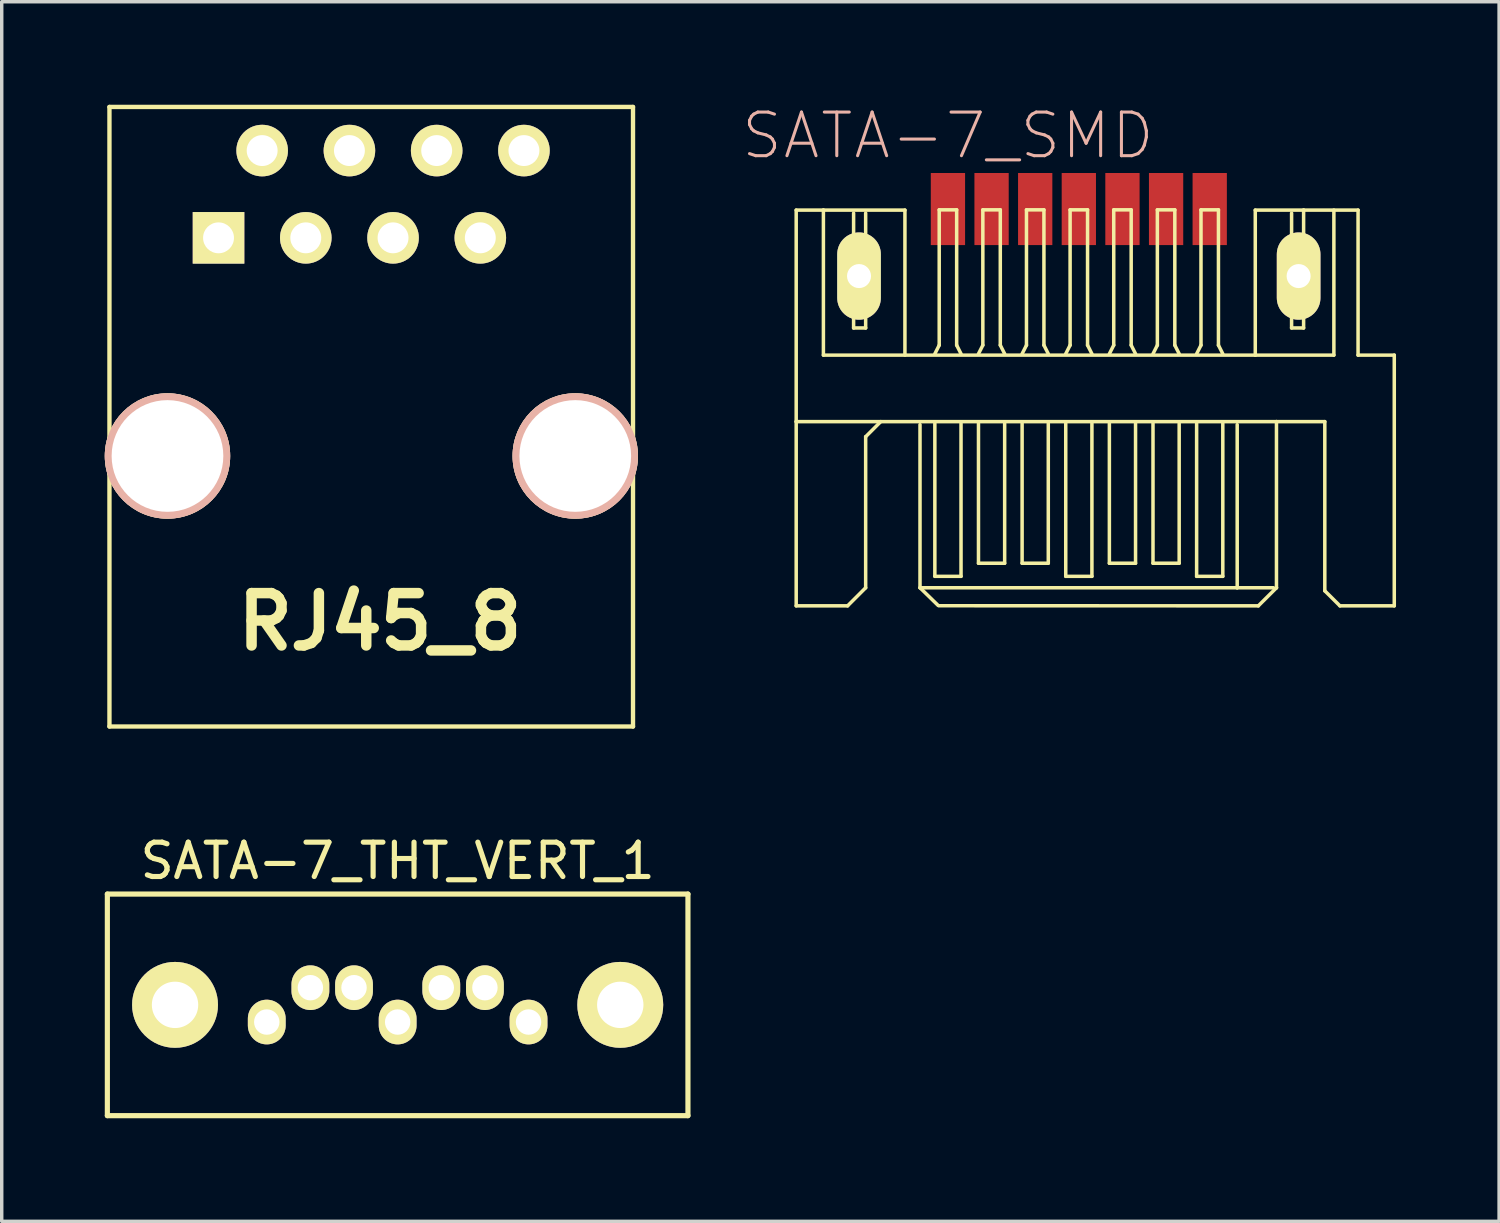
<source format=kicad_pcb>
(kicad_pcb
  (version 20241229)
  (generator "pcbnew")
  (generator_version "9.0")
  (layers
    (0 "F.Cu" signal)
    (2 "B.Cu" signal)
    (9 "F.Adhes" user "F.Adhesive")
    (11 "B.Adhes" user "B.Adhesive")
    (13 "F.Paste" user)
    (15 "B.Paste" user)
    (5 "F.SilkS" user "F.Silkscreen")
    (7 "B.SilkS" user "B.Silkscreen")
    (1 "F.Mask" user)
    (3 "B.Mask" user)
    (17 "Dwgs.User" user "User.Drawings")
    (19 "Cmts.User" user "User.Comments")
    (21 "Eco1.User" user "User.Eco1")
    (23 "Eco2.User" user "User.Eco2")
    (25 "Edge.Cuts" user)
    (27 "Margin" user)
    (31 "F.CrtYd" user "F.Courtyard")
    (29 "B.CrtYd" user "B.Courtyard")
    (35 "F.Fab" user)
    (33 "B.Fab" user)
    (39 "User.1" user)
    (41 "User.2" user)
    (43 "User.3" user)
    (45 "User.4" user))
  (footprint "SATA-7_THT_VERT_1"
    (layer "F.Cu")
    (at 8.525 26.2)
    (property "Reference" "SATA-7_THT_VERT_1" (at 0 -4.191 0) (layer "F.SilkS") (effects (font (size 1 1) (thickness 0.15))))
    (attr through_hole)
    (fp_line (start -8.45 -3.225) (end 8.45 -3.225) (stroke (width 0.15) (type solid)) (layer "F.SilkS"))
    (fp_line (start -8.45 3.225) (end -8.45 -3.225) (stroke (width 0.15) (type solid)) (layer "F.SilkS"))
    (fp_line (start 8.45 -3.225) (end 8.45 3.225) (stroke (width 0.15) (type solid)) (layer "F.SilkS"))
    (fp_line (start 8.45 3.225) (end -8.45 3.225) (stroke (width 0.15) (type solid)) (layer "F.SilkS"))
    (pad "1" thru_hole oval (at 3.81 0.5) (size 1.1 1.3) (drill 0.74) (layers "*.Cu" "*.Mask" "F.SilkS"))
    (pad "2" thru_hole oval (at 2.54 -0.5) (size 1.1 1.3) (drill 0.74) (layers "*.Cu" "*.Mask" "F.SilkS"))
    (pad "3" thru_hole oval (at 1.27 -0.5) (size 1.1 1.3) (drill 0.74) (layers "*.Cu" "*.Mask" "F.SilkS"))
    (pad "4" thru_hole oval (at 0 0.5) (size 1.1 1.3) (drill 0.74) (layers "*.Cu" "*.Mask" "F.SilkS"))
    (pad "5" thru_hole oval (at -1.27 -0.5) (size 1.1 1.3) (drill 0.74) (layers "*.Cu" "*.Mask" "F.SilkS"))
    (pad "6" thru_hole oval (at -2.54 -0.5) (size 1.1 1.3) (drill 0.74) (layers "*.Cu" "*.Mask" "F.SilkS"))
    (pad "7" thru_hole oval (at -3.81 0.5) (size 1.1 1.3) (drill 0.74) (layers "*.Cu" "*.Mask" "F.SilkS"))
    (pad "8" thru_hole circle (at -6.48 0) (size 2.5 2.5) (drill 1.35) (layers "*.Cu" "*.Mask" "F.SilkS"))
    (pad "9" thru_hole circle (at 6.48 0) (size 2.5 2.5) (drill 1.35) (layers "*.Cu" "*.Mask" "F.SilkS")))
  (footprint "SATA-7_SMD"
    (layer "F.Cu")
    (at 28.353 14.234)
    (property "Reference" "SATA-7_SMD" (at -3.81 -13.335 0) (layer "B.SilkS") (effects (font (size 1.27 1.27) (thickness 0.089))))
    (attr smd)
    (fp_line (start -8.227 -11.168) (end -7.435 -11.168) (stroke (width 0.102) (type solid)) (layer "F.SilkS"))
    (fp_line (start -8.227 -5.011) (end -8.227 -11.168) (stroke (width 0.102) (type solid)) (layer "F.SilkS"))
    (fp_line (start -8.227 -5.011) (end 5.753 -5.011) (stroke (width 0.102) (type solid)) (layer "F.SilkS"))
    (fp_line (start -8.227 0.351) (end -8.227 -5.011) (stroke (width 0.102) (type solid)) (layer "F.SilkS"))
    (fp_line (start -7.435 -11.168) (end -7.435 -6.947) (stroke (width 0.102) (type solid)) (layer "F.SilkS"))
    (fp_line (start -7.435 -11.168) (end -5.062 -11.168) (stroke (width 0.102) (type solid)) (layer "F.SilkS"))
    (fp_line (start -7.435 -6.947) (end 5.136 -6.947) (stroke (width 0.102) (type solid)) (layer "F.SilkS"))
    (fp_line (start -6.749 -8.499) (end -6.749 -10) (stroke (width 0.15) (type solid)) (layer "F.SilkS"))
    (fp_line (start -6.731 0.351) (end -8.227 0.351) (stroke (width 0.102) (type solid)) (layer "F.SilkS"))
    (fp_line (start -6.556 -11.079) (end -6.556 -7.737) (stroke (width 0.102) (type solid)) (layer "F.SilkS"))
    (fp_line (start -6.556 -7.737) (end -6.205 -7.737) (stroke (width 0.102) (type solid)) (layer "F.SilkS"))
    (fp_line (start -6.205 -7.737) (end -6.205 -11.079) (stroke (width 0.102) (type solid)) (layer "F.SilkS"))
    (fp_line (start -6.205 -4.572) (end -5.766 -5.011) (stroke (width 0.102) (type solid)) (layer "F.SilkS"))
    (fp_line (start -6.205 -0.175) (end -6.731 0.351) (stroke (width 0.102) (type solid)) (layer "F.SilkS"))
    (fp_line (start -6.205 -0.175) (end -6.205 -4.572) (stroke (width 0.102) (type solid)) (layer "F.SilkS"))
    (fp_line (start -6.048 -10) (end -6.048 -8.499) (stroke (width 0.15) (type solid)) (layer "F.SilkS"))
    (fp_line (start -5.062 -11.168) (end -5.062 -6.947) (stroke (width 0.102) (type solid)) (layer "F.SilkS"))
    (fp_line (start -4.623 -0.175) (end -4.623 -4.923) (stroke (width 0.102) (type solid)) (layer "F.SilkS"))
    (fp_line (start -4.191 -6.985) (end -4.064 -7.236) (stroke (width 0.102) (type solid)) (layer "F.SilkS"))
    (fp_line (start -4.191 -0.508) (end -4.191 -4.953) (stroke (width 0.102) (type solid)) (layer "F.SilkS"))
    (fp_line (start -4.097 0.338) (end -4.623 -0.175) (stroke (width 0.102) (type solid)) (layer "F.SilkS"))
    (fp_line (start -4.064 -11.176) (end -3.556 -11.176) (stroke (width 0.102) (type solid)) (layer "F.SilkS"))
    (fp_line (start -4.064 -7.236) (end -4.064 -11.176) (stroke (width 0.102) (type solid)) (layer "F.SilkS"))
    (fp_line (start -3.556 -11.176) (end -3.556 -7.236) (stroke (width 0.102) (type solid)) (layer "F.SilkS"))
    (fp_line (start -3.556 -7.236) (end -3.429 -6.985) (stroke (width 0.102) (type solid)) (layer "F.SilkS"))
    (fp_line (start -3.429 -4.953) (end -3.429 -0.508) (stroke (width 0.102) (type solid)) (layer "F.SilkS"))
    (fp_line (start -3.429 -0.508) (end -4.191 -0.508) (stroke (width 0.102) (type solid)) (layer "F.SilkS"))
    (fp_line (start -2.921 -6.985) (end -2.794 -7.236) (stroke (width 0.102) (type solid)) (layer "F.SilkS"))
    (fp_line (start -2.921 -4.953) (end -2.921 -0.889) (stroke (width 0.102) (type solid)) (layer "F.SilkS"))
    (fp_line (start -2.921 -0.889) (end -2.159 -0.889) (stroke (width 0.102) (type solid)) (layer "F.SilkS"))
    (fp_line (start -2.794 -11.176) (end -2.286 -11.176) (stroke (width 0.102) (type solid)) (layer "F.SilkS"))
    (fp_line (start -2.794 -7.236) (end -2.794 -11.176) (stroke (width 0.102) (type solid)) (layer "F.SilkS"))
    (fp_line (start -2.286 -11.176) (end -2.286 -7.236) (stroke (width 0.102) (type solid)) (layer "F.SilkS"))
    (fp_line (start -2.286 -7.236) (end -2.159 -6.985) (stroke (width 0.102) (type solid)) (layer "F.SilkS"))
    (fp_line (start -2.159 -0.889) (end -2.159 -4.953) (stroke (width 0.102) (type solid)) (layer "F.SilkS"))
    (fp_line (start -1.651 -6.985) (end -1.524 -7.236) (stroke (width 0.102) (type solid)) (layer "F.SilkS"))
    (fp_line (start -1.651 -4.953) (end -1.651 -0.889) (stroke (width 0.102) (type solid)) (layer "F.SilkS"))
    (fp_line (start -1.651 -0.889) (end -0.889 -0.889) (stroke (width 0.102) (type solid)) (layer "F.SilkS"))
    (fp_line (start -1.524 -11.176) (end -1.016 -11.176) (stroke (width 0.102) (type solid)) (layer "F.SilkS"))
    (fp_line (start -1.524 -7.236) (end -1.524 -11.176) (stroke (width 0.102) (type solid)) (layer "F.SilkS"))
    (fp_line (start -1.016 -11.176) (end -1.016 -7.236) (stroke (width 0.102) (type solid)) (layer "F.SilkS"))
    (fp_line (start -1.016 -7.236) (end -0.889 -6.985) (stroke (width 0.102) (type solid)) (layer "F.SilkS"))
    (fp_line (start -0.889 -0.889) (end -0.889 -4.953) (stroke (width 0.102) (type solid)) (layer "F.SilkS"))
    (fp_line (start -0.381 -6.985) (end -0.254 -7.236) (stroke (width 0.102) (type solid)) (layer "F.SilkS"))
    (fp_line (start -0.381 -4.953) (end -0.381 -0.508) (stroke (width 0.102) (type solid)) (layer "F.SilkS"))
    (fp_line (start -0.381 -0.508) (end 0.381 -0.508) (stroke (width 0.102) (type solid)) (layer "F.SilkS"))
    (fp_line (start -0.254 -11.176) (end 0.254 -11.176) (stroke (width 0.102) (type solid)) (layer "F.SilkS"))
    (fp_line (start -0.254 -7.236) (end -0.254 -11.176) (stroke (width 0.102) (type solid)) (layer "F.SilkS"))
    (fp_line (start 0.254 -11.176) (end 0.254 -7.236) (stroke (width 0.102) (type solid)) (layer "F.SilkS"))
    (fp_line (start 0.254 -7.236) (end 0.381 -6.985) (stroke (width 0.102) (type solid)) (layer "F.SilkS"))
    (fp_line (start 0.381 -0.508) (end 0.381 -4.953) (stroke (width 0.102) (type solid)) (layer "F.SilkS"))
    (fp_line (start 0.889 -6.985) (end 1.016 -7.236) (stroke (width 0.102) (type solid)) (layer "F.SilkS"))
    (fp_line (start 0.889 -4.953) (end 0.889 -0.889) (stroke (width 0.102) (type solid)) (layer "F.SilkS"))
    (fp_line (start 0.889 -0.889) (end 1.651 -0.889) (stroke (width 0.102) (type solid)) (layer "F.SilkS"))
    (fp_line (start 1.016 -11.176) (end 1.524 -11.176) (stroke (width 0.102) (type solid)) (layer "F.SilkS"))
    (fp_line (start 1.016 -7.236) (end 1.016 -11.176) (stroke (width 0.102) (type solid)) (layer "F.SilkS"))
    (fp_line (start 1.524 -11.176) (end 1.524 -7.236) (stroke (width 0.102) (type solid)) (layer "F.SilkS"))
    (fp_line (start 1.524 -7.236) (end 1.651 -6.985) (stroke (width 0.102) (type solid)) (layer "F.SilkS"))
    (fp_line (start 1.651 -0.889) (end 1.651 -4.953) (stroke (width 0.102) (type solid)) (layer "F.SilkS"))
    (fp_line (start 2.159 -6.985) (end 2.286 -7.236) (stroke (width 0.102) (type solid)) (layer "F.SilkS"))
    (fp_line (start 2.159 -4.953) (end 2.159 -0.889) (stroke (width 0.102) (type solid)) (layer "F.SilkS"))
    (fp_line (start 2.159 -0.889) (end 2.921 -0.889) (stroke (width 0.102) (type solid)) (layer "F.SilkS"))
    (fp_line (start 2.286 -11.176) (end 2.794 -11.176) (stroke (width 0.102) (type solid)) (layer "F.SilkS"))
    (fp_line (start 2.286 -7.236) (end 2.286 -11.176) (stroke (width 0.102) (type solid)) (layer "F.SilkS"))
    (fp_line (start 2.794 -11.176) (end 2.794 -7.236) (stroke (width 0.102) (type solid)) (layer "F.SilkS"))
    (fp_line (start 2.794 -7.236) (end 2.921 -6.985) (stroke (width 0.102) (type solid)) (layer "F.SilkS"))
    (fp_line (start 2.921 -0.889) (end 2.921 -4.953) (stroke (width 0.102) (type solid)) (layer "F.SilkS"))
    (fp_line (start 3.429 -6.985) (end 3.556 -7.236) (stroke (width 0.102) (type solid)) (layer "F.SilkS"))
    (fp_line (start 3.429 -4.953) (end 3.429 -0.508) (stroke (width 0.102) (type solid)) (layer "F.SilkS"))
    (fp_line (start 3.429 -0.508) (end 4.191 -0.508) (stroke (width 0.102) (type solid)) (layer "F.SilkS"))
    (fp_line (start 3.556 -11.176) (end 4.064 -11.176) (stroke (width 0.102) (type solid)) (layer "F.SilkS"))
    (fp_line (start 3.556 -7.236) (end 3.556 -11.176) (stroke (width 0.102) (type solid)) (layer "F.SilkS"))
    (fp_line (start 4.064 -11.176) (end 4.064 -7.236) (stroke (width 0.102) (type solid)) (layer "F.SilkS"))
    (fp_line (start 4.064 -7.236) (end 4.191 -6.985) (stroke (width 0.102) (type solid)) (layer "F.SilkS"))
    (fp_line (start 4.191 -0.508) (end 4.191 -4.953) (stroke (width 0.102) (type solid)) (layer "F.SilkS"))
    (fp_line (start 4.61 -0.175) (end -4.623 -0.175) (stroke (width 0.102) (type solid)) (layer "F.SilkS"))
    (fp_line (start 4.61 -0.175) (end 4.61 -4.923) (stroke (width 0.102) (type solid)) (layer "F.SilkS"))
    (fp_line (start 5.136 -11.168) (end 6.543 -11.168) (stroke (width 0.102) (type solid)) (layer "F.SilkS"))
    (fp_line (start 5.136 -6.947) (end 5.136 -11.168) (stroke (width 0.102) (type solid)) (layer "F.SilkS"))
    (fp_line (start 5.136 -6.947) (end 7.424 -6.947) (stroke (width 0.102) (type solid)) (layer "F.SilkS"))
    (fp_line (start 5.225 0.351) (end -4.074 0.348) (stroke (width 0.102) (type solid)) (layer "F.SilkS"))
    (fp_line (start 5.664 -0.175) (end 4.61 -0.175) (stroke (width 0.102) (type solid)) (layer "F.SilkS"))
    (fp_line (start 5.753 -5.011) (end 5.753 -0.175) (stroke (width 0.102) (type solid)) (layer "F.SilkS"))
    (fp_line (start 5.753 -0.175) (end 5.225 0.351) (stroke (width 0.102) (type solid)) (layer "F.SilkS"))
    (fp_line (start 5.753 -0.175) (end 5.753 -0.175) (stroke (width 0.102) (type solid)) (layer "F.SilkS"))
    (fp_line (start 6.048 -8.499) (end 6.048 -10) (stroke (width 0.15) (type solid)) (layer "F.SilkS"))
    (fp_line (start 6.193 -11.079) (end 6.193 -7.737) (stroke (width 0.102) (type solid)) (layer "F.SilkS"))
    (fp_line (start 6.193 -7.737) (end 6.543 -7.737) (stroke (width 0.102) (type solid)) (layer "F.SilkS"))
    (fp_line (start 6.543 -11.168) (end 8.128 -11.168) (stroke (width 0.102) (type solid)) (layer "F.SilkS"))
    (fp_line (start 6.543 -7.737) (end 6.543 -11.168) (stroke (width 0.102) (type solid)) (layer "F.SilkS"))
    (fp_line (start 6.749 -10) (end 6.749 -8.499) (stroke (width 0.15) (type solid)) (layer "F.SilkS"))
    (fp_line (start 7.16 -5.011) (end 5.753 -5.011) (stroke (width 0.102) (type solid)) (layer "F.SilkS"))
    (fp_line (start 7.16 -0.086) (end 7.16 -5.011) (stroke (width 0.102) (type solid)) (layer "F.SilkS"))
    (fp_line (start 7.424 -6.947) (end 7.424 -11.168) (stroke (width 0.102) (type solid)) (layer "F.SilkS"))
    (fp_line (start 7.6 0.351) (end 7.16 -0.086) (stroke (width 0.102) (type solid)) (layer "F.SilkS"))
    (fp_line (start 8.128 -11.168) (end 8.128 -6.947) (stroke (width 0.102) (type solid)) (layer "F.SilkS"))
    (fp_line (start 8.128 -6.947) (end 9.182 -6.947) (stroke (width 0.102) (type solid)) (layer "F.SilkS"))
    (fp_line (start 9.182 -6.947) (end 9.182 0.351) (stroke (width 0.102) (type solid)) (layer "F.SilkS"))
    (fp_line (start 9.182 0.351) (end 7.6 0.351) (stroke (width 0.102) (type solid)) (layer "F.SilkS"))
    (fp_arc (start -6.74878 -9.99998) (mid -6.646115 -10.247835) (end -6.39826 -10.3505) (stroke (width 0.15) (type solid)) (layer "F.SilkS"))
    (fp_arc (start -6.39826 -10.34796) (mid -6.152201 -10.246039) (end -6.05028 -9.99998) (stroke (width 0.15) (type solid)) (layer "F.SilkS"))
    (fp_arc (start -6.39826 -8.14832) (mid -6.646115 -8.250985) (end -6.74878 -8.49884) (stroke (width 0.15) (type solid)) (layer "F.SilkS"))
    (fp_arc (start -6.04774 -8.49884) (mid -6.150405 -8.250985) (end -6.39826 -8.14832) (stroke (width 0.15) (type solid)) (layer "F.SilkS"))
    (fp_arc (start 6.04774 -9.99998) (mid 6.150405 -10.247835) (end 6.39826 -10.3505) (stroke (width 0.15) (type solid)) (layer "F.SilkS"))
    (fp_arc (start 6.39826 -10.34796) (mid 6.644319 -10.246039) (end 6.74624 -9.99998) (stroke (width 0.15) (type solid)) (layer "F.SilkS"))
    (fp_arc (start 6.39826 -8.14832) (mid 6.150405 -8.250985) (end 6.04774 -8.49884) (stroke (width 0.15) (type solid)) (layer "F.SilkS"))
    (fp_arc (start 6.74878 -8.49884) (mid 6.646115 -8.250985) (end 6.39826 -8.14832) (stroke (width 0.15) (type solid)) (layer "F.SilkS"))
    (pad "1" smd rect (at -3.81 -11.199) (size 0.998 2.098) (layers "F.Cu" "F.Mask" "F.Paste"))
    (pad "2" smd rect (at -2.54 -11.199) (size 0.998 2.098) (layers "F.Cu" "F.Mask" "F.Paste"))
    (pad "3" smd rect (at -1.27 -11.199) (size 0.998 2.098) (layers "F.Cu" "F.Mask" "F.Paste"))
    (pad "4" smd rect (at 0 -11.199) (size 0.998 2.098) (layers "F.Cu" "F.Mask" "F.Paste"))
    (pad "5" smd rect (at 1.27 -11.199) (size 0.998 2.098) (layers "F.Cu" "F.Mask" "F.Paste"))
    (pad "6" smd rect (at 2.54 -11.199) (size 0.998 2.098) (layers "F.Cu" "F.Mask" "F.Paste"))
    (pad "7" smd rect (at 3.81 -11.199) (size 0.998 2.098) (layers "F.Cu" "F.Mask" "F.Paste"))
    (pad "M1" thru_hole oval (at -6.398 -9.248) (size 1.27 2.54) (drill 0.699) (layers "*.Cu" "F.Mask" "F.SilkS" "F.Paste"))
    (pad "M2" thru_hole oval (at 6.398 -9.248) (size 1.27 2.54) (drill 0.699) (layers "*.Cu" "F.Mask" "F.SilkS" "F.Paste")))
  (footprint "RJ45_8"
    (layer "F.Cu")
    (at 7.756 10.223)
    (property "Reference" "RJ45_8" (at 0.254 4.826 0) (layer "F.SilkS") (effects (font (size 1.524 1.524) (thickness 0.305))))
    (attr through_hole)
    (fp_line (start -7.62 -10.16) (end -7.62 7.874) (stroke (width 0.127) (type solid)) (layer "F.SilkS"))
    (fp_line (start -7.62 7.874) (end 7.62 7.874) (stroke (width 0.127) (type solid)) (layer "F.SilkS"))
    (fp_line (start 7.62 -10.16) (end -7.62 -10.16) (stroke (width 0.127) (type solid)) (layer "F.SilkS"))
    (fp_line (start 7.62 7.874) (end 7.62 -10.16) (stroke (width 0.127) (type solid)) (layer "F.SilkS"))
    (pad "" np_thru_hole circle (at -5.931 0) (size 3.65 3.65) (drill 3.251) (layers "*.Cu" "*.SilkS" "*.Mask"))
    (pad "" np_thru_hole circle (at 5.939 0) (size 3.65 3.65) (drill 3.251) (layers "*.Cu" "*.SilkS" "*.Mask"))
    (pad "1" thru_hole rect (at -4.445 -6.35) (size 1.501 1.501) (drill 0.899) (layers "*.Cu" "*.Mask" "F.SilkS"))
    (pad "2" thru_hole circle (at -3.175 -8.89) (size 1.501 1.501) (drill 0.899) (layers "*.Cu" "*.Mask" "F.SilkS"))
    (pad "3" thru_hole circle (at -1.905 -6.35) (size 1.501 1.501) (drill 0.899) (layers "*.Cu" "*.Mask" "F.SilkS"))
    (pad "4" thru_hole circle (at -0.635 -8.89) (size 1.501 1.501) (drill 0.899) (layers "*.Cu" "*.Mask" "F.SilkS"))
    (pad "5" thru_hole circle (at 0.635 -6.35) (size 1.501 1.501) (drill 0.899) (layers "*.Cu" "*.Mask" "F.SilkS"))
    (pad "6" thru_hole circle (at 1.905 -8.89) (size 1.501 1.501) (drill 0.899) (layers "*.Cu" "*.Mask" "F.SilkS"))
    (pad "7" thru_hole circle (at 3.175 -6.35) (size 1.501 1.501) (drill 0.899) (layers "*.Cu" "*.Mask" "F.SilkS"))
    (pad "8" thru_hole circle (at 4.445 -8.89) (size 1.501 1.501) (drill 0.899) (layers "*.Cu" "*.Mask" "F.SilkS")))
  (gr_rect
    (start -3 -3)
    (end 40.586 32.5)
    (stroke (width 0.1) (type default))
    (fill no)
    (layer "Edge.Cuts")))
</source>
